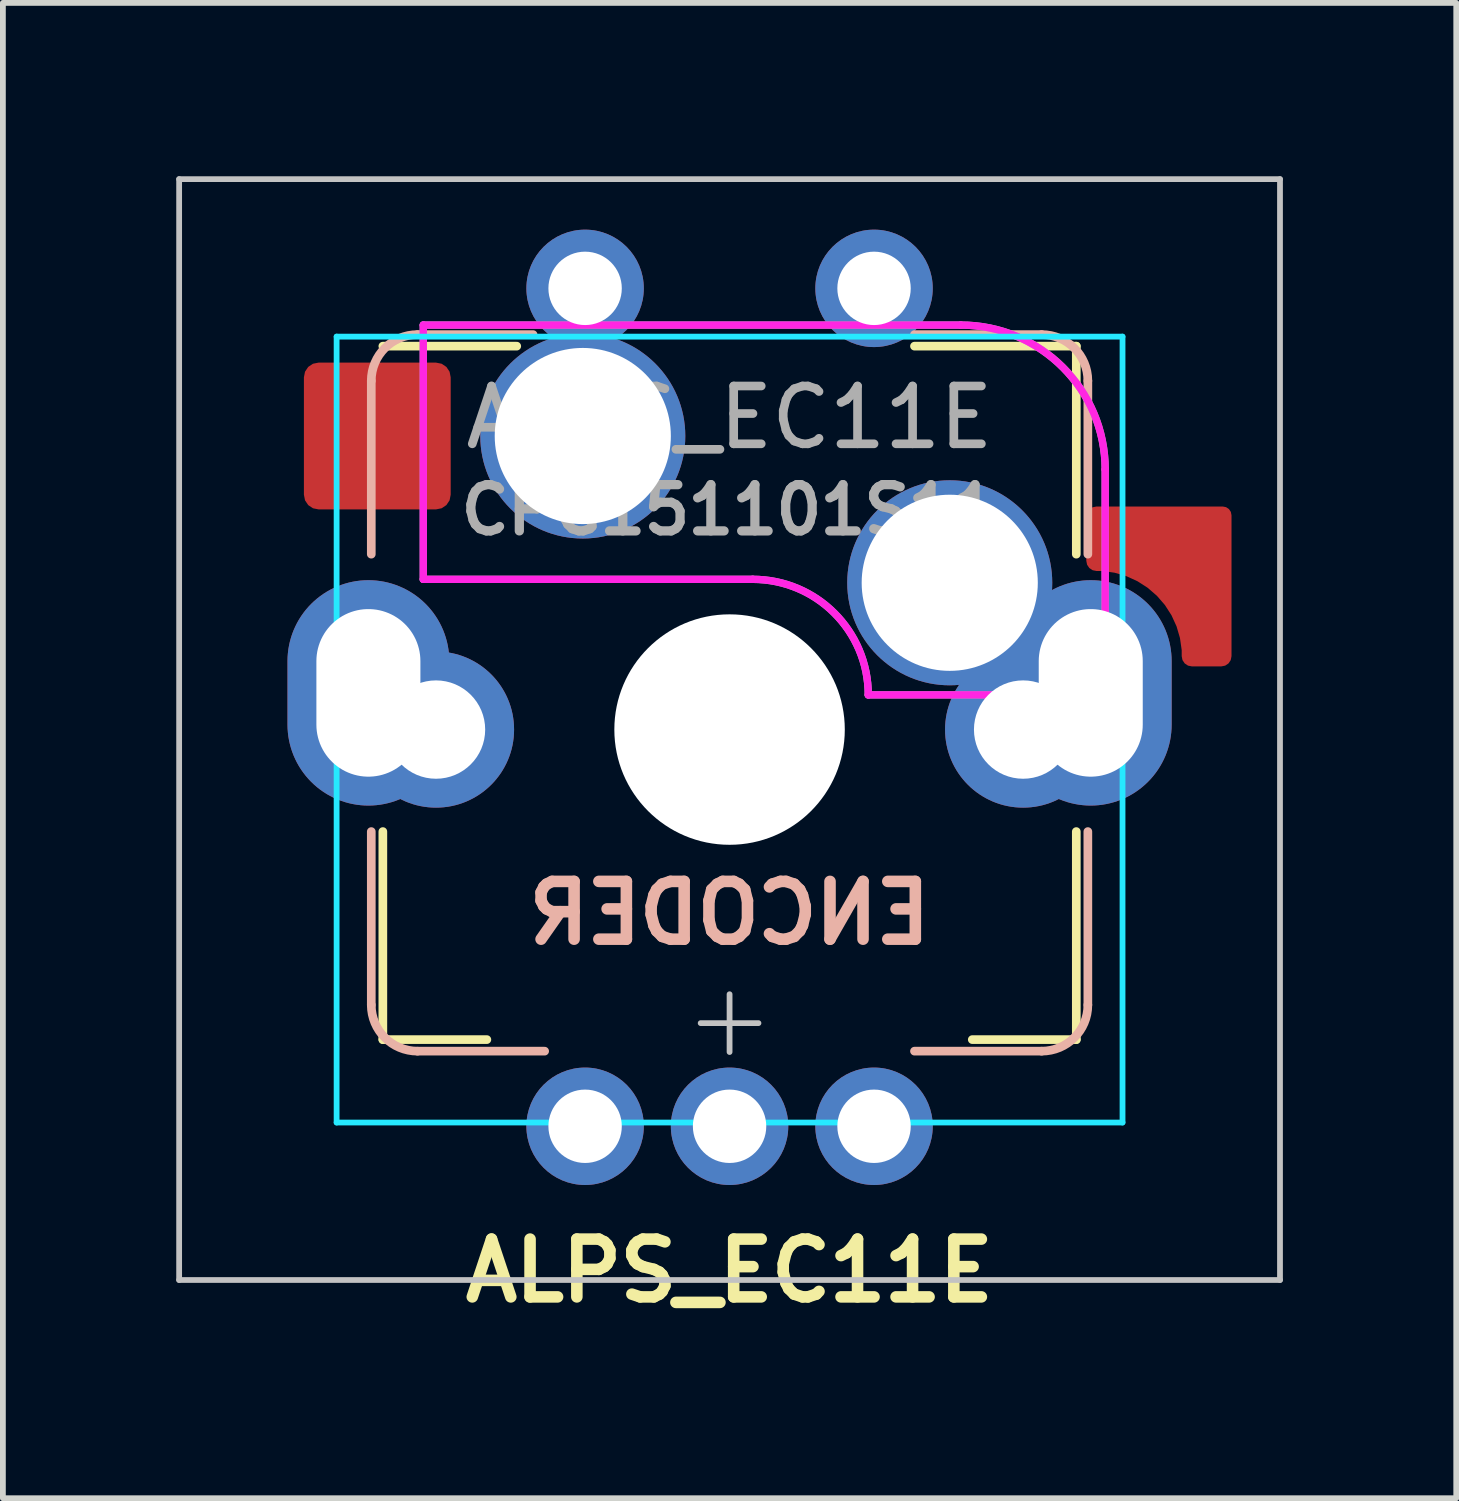
<source format=kicad_pcb>
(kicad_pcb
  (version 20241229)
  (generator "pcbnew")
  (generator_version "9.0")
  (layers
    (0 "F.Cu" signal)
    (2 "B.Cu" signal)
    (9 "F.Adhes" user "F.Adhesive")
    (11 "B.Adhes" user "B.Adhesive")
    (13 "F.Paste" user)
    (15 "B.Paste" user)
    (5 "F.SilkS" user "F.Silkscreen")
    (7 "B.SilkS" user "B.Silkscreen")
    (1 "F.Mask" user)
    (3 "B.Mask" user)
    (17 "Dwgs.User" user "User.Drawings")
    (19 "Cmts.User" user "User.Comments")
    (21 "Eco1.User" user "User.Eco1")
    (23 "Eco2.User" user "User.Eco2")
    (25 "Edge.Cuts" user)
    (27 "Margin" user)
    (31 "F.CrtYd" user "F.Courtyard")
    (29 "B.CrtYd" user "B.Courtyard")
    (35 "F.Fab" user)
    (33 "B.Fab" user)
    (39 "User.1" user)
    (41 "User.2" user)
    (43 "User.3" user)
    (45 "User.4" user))
  (footprint "ALPS_EC11E"
    (layer "F.Cu")
    (at 9.575 8.94)
    (property "Reference" "ALPS_EC11E" (at 0 10 0) (layer "F.SilkS") (effects (font (size 1 1) (thickness 0.2))))
    (fp_line (start -6 -6) (end -3.683 -6) (stroke (width 0.15) (type solid)) (layer "F.SilkS"))
    (fp_line (start -6 6) (end -6 2.4) (stroke (width 0.15) (type solid)) (layer "F.SilkS"))
    (fp_line (start -4.2 6) (end -6 6) (stroke (width 0.15) (type solid)) (layer "F.SilkS"))
    (fp_line (start 3.2 -6) (end 6 -6) (stroke (width 0.15) (type solid)) (layer "F.SilkS"))
    (fp_line (start 6 -6) (end 6 -2.4) (stroke (width 0.15) (type solid)) (layer "F.SilkS"))
    (fp_line (start 6 6) (end 4.2 6) (stroke (width 0.15) (type solid)) (layer "F.SilkS"))
    (fp_line (start 6 6) (end 6 2.4) (stroke (width 0.15) (type solid)) (layer "F.SilkS"))
    (fp_line (start -6.2 -2.4) (end -6.2 -5.4) (stroke (width 0.15) (type solid)) (layer "B.SilkS"))
    (fp_line (start -6.2 5.4) (end -6.2 2.4) (stroke (width 0.15) (type solid)) (layer "B.SilkS"))
    (fp_line (start -5.4 -6.2) (end -3.4 -6.2) (stroke (width 0.15) (type solid)) (layer "B.SilkS"))
    (fp_line (start -5.4 6.2) (end -3.2 6.2) (stroke (width 0.15) (type solid)) (layer "B.SilkS"))
    (fp_line (start 5.4 -6.2) (end 3.2 -6.2) (stroke (width 0.15) (type solid)) (layer "B.SilkS"))
    (fp_line (start 5.4 6.2) (end 3.2 6.2) (stroke (width 0.15) (type solid)) (layer "B.SilkS"))
    (fp_line (start 6.2 -2.4) (end 6.2 -5.4) (stroke (width 0.15) (type solid)) (layer "B.SilkS"))
    (fp_line (start 6.2 5.4) (end 6.2 2.4) (stroke (width 0.15) (type solid)) (layer "B.SilkS"))
    (fp_arc (start -6.2 -5.4) (mid -5.965685 -5.965685) (end -5.4 -6.2) (stroke (width 0.15) (type solid)) (layer "B.SilkS"))
    (fp_arc (start -5.4 6.2) (mid -5.965685 5.965685) (end -6.2 5.4) (stroke (width 0.15) (type solid)) (layer "B.SilkS"))
    (fp_arc (start 5.4 -6.2) (mid 5.965685 -5.965685) (end 6.2 -5.4) (stroke (width 0.15) (type solid)) (layer "B.SilkS"))
    (fp_arc (start 6.2 5.4) (mid 5.965685 5.965685) (end 5.4 6.2) (stroke (width 0.15) (type solid)) (layer "B.SilkS"))
    (fp_line (start -9.525 -8.89) (end -9.525 10.16) (stroke (width 0.1) (type solid)) (layer "Dwgs.User"))
    (fp_line (start -9.525 -8.89) (end 9.525 -8.89) (stroke (width 0.1) (type solid)) (layer "Dwgs.User"))
    (fp_line (start -9.525 10.16) (end 9.525 10.16) (stroke (width 0.1) (type solid)) (layer "Dwgs.User"))
    (fp_line (start -0.5 5.715) (end 0.5 5.715) (stroke (width 0.1) (type solid)) (layer "Dwgs.User"))
    (fp_line (start 0 6.215) (end 0 5.215) (stroke (width 0.1) (type solid)) (layer "Dwgs.User"))
    (fp_line (start 9.525 10.16) (end 9.525 -8.89) (stroke (width 0.1) (type solid)) (layer "Dwgs.User"))
    (fp_line (start -7 7.135) (end -7 -5.865) (stroke (width 0.1) (type solid)) (layer "Eco1.User"))
    (fp_line (start -6.5 -6.365) (end 6.5 -6.365) (stroke (width 0.1) (type solid)) (layer "Eco1.User"))
    (fp_line (start 6.5 7.635) (end -6.5 7.635) (stroke (width 0.1) (type solid)) (layer "Eco1.User"))
    (fp_line (start 7 -5.865) (end 7 7.135) (stroke (width 0.1) (type solid)) (layer "Eco1.User"))
    (fp_arc (start -7 -5.865) (mid -6.853553 -6.218553) (end -6.5 -6.365) (stroke (width 0.1) (type solid)) (layer "Eco1.User"))
    (fp_arc (start -6.5 7.635) (mid -6.853553 7.488553) (end -7 7.135) (stroke (width 0.1) (type solid)) (layer "Eco1.User"))
    (fp_arc (start 6.5 -6.365) (mid 6.853553 -6.218553) (end 7 -5.865) (stroke (width 0.1) (type solid)) (layer "Eco1.User"))
    (fp_arc (start 7 7.135) (mid 6.853553 7.488553) (end 6.5 7.635) (stroke (width 0.1) (type solid)) (layer "Eco1.User"))
    (fp_line (start -6.8 -6.165) (end -6.8 7.435) (stroke (width 0.1) (type solid)) (layer "B.CrtYd"))
    (fp_line (start -6.8 -6.165) (end 6.8 -6.165) (stroke (width 0.1) (type solid)) (layer "B.CrtYd"))
    (fp_line (start 6.8 7.435) (end -6.8 7.435) (stroke (width 0.1) (type solid)) (layer "B.CrtYd"))
    (fp_line (start 6.8 7.435) (end 6.8 -6.165) (stroke (width 0.1) (type solid)) (layer "B.CrtYd"))
    (fp_line (start -5.3 -6.365) (end -5.3 -1.965) (stroke (width 0.127) (type solid)) (layer "F.CrtYd"))
    (fp_line (start -5.3 -6.365) (end 4 -6.365) (stroke (width 0.127) (type solid)) (layer "F.CrtYd"))
    (fp_line (start 0.4 -1.965) (end -5.3 -1.965) (stroke (width 0.127) (type solid)) (layer "F.CrtYd"))
    (fp_line (start 6.5 -3.865) (end 6.5 0.035) (stroke (width 0.127) (type solid)) (layer "F.CrtYd"))
    (fp_line (start 6.5 0.035) (end 2.4 0.035) (stroke (width 0.127) (type solid)) (layer "F.CrtYd"))
    (fp_arc (start 0.4 -1.965) (mid 1.814214 -1.379214) (end 2.4 0.035) (stroke (width 0.127) (type solid)) (layer "F.CrtYd"))
    (fp_arc (start 4 -6.365) (mid 5.767767 -5.632767) (end 6.5 -3.865) (stroke (width 0.127) (type solid)) (layer "F.CrtYd"))
    (fp_line (start -5.3 -6.365) (end -5.3 -1.965) (stroke (width 0.127) (type solid)) (layer "F.Fab"))
    (fp_line (start -5.3 -6.365) (end 4 -6.365) (stroke (width 0.127) (type solid)) (layer "F.Fab"))
    (fp_line (start -0.5 0.635) (end 0.5 0.635) (stroke (width 0.1) (type solid)) (layer "F.Fab"))
    (fp_line (start 0 1.135) (end 0 0.135) (stroke (width 0.1) (type solid)) (layer "F.Fab"))
    (fp_line (start 0.4 -1.965) (end -5.3 -1.965) (stroke (width 0.127) (type solid)) (layer "F.Fab"))
    (fp_line (start 6.5 -3.865) (end 6.5 0.035) (stroke (width 0.127) (type solid)) (layer "F.Fab"))
    (fp_line (start 6.5 0.035) (end 2.4 0.035) (stroke (width 0.127) (type solid)) (layer "F.Fab"))
    (fp_arc (start 0.400001 -1.965001) (mid 1.814214 -1.379214) (end 2.4 0.035) (stroke (width 0.127) (type solid)) (layer "F.Fab"))
    (fp_arc (start 4.000001 -6.365001) (mid 5.767768 -5.632767) (end 6.5 -3.865) (stroke (width 0.127) (type solid)) (layer "F.Fab"))
    (fp_text user "ENCODER" (at 0 3.81 0) (layer "B.SilkS") (effects (font (size 1 1) (thickness 0.2)) (justify mirror)))
    (fp_text user "${REFERENCE}" (at 0 -4.765 0) (layer "F.Fab") (effects (font (size 1 1) (thickness 0.15))))
    (fp_text user "CPG151101S11" (at 0 -3.165 0) (unlocked yes) (layer "F.Fab") (effects (font (size 0.8 0.8) (thickness 0.16))))
    (pad "" connect oval (at -6.25 0) (size 1.651 2.769) (layers "B.Mask"))
    (pad "" smd circle (at -2.5 -7) (size 1.016 1.016) (layers "B.Mask"))
    (pad "" smd circle (at -2.5 7.5) (size 1.016 1.016) (layers "B.Mask"))
    (pad "" np_thru_hole circle (at 0 0.635) (size 3.988 3.988) (drill 3.988) (layers "*.Cu" "*.Mask"))
    (pad "" smd circle (at 0 7.5) (size 1.016 1.016) (layers "B.Mask"))
    (pad "" smd circle (at 2.5 -7) (size 1.016 1.016) (layers "B.Mask"))
    (pad "" smd circle (at 2.5 7.5) (size 1.016 1.016) (layers "B.Mask"))
    (pad "" connect oval (at 6.25 0) (size 1.651 2.769) (layers "B.Mask"))
    (pad "A" thru_hole circle (at -2.5 7.5) (size 2.032 2.032) (drill 1.27) (layers "*.Cu" "F.Mask"))
    (pad "B" thru_hole circle (at 2.5 7.5) (size 2.032 2.032) (drill 1.27) (layers "*.Cu" "F.Mask"))
    (pad "C" thru_hole circle (at 0 7.5) (size 2.032 2.032) (drill 1.27) (layers "*.Cu" "F.Mask"))
    (pad "S" thru_hole oval (at -6.25 0) (size 2.8 3.9) (drill oval 1.8 2.9) (layers "*.Cu" "F.Mask"))
    (pad "S" thru_hole circle (at -5.08 0.635) (size 2.702 2.702) (drill 1.702) (layers "*.Cu" "*.Mask"))
    (pad "S" thru_hole circle (at 3.81 -1.905 90) (size 3.548 3.548) (drill 3.048) (layers "*.Cu" "*.Mask"))
    (pad "S" thru_hole circle (at 5.08 0.635) (size 2.702 2.702) (drill 1.702) (layers "*.Cu" "*.Mask"))
    (pad "S" thru_hole oval (at 6.25 0) (size 2.8 3.9) (drill oval 1.8 2.9) (layers "*.Cu" "F.Mask"))
    (pad "S1" smd roundrect (at -6.096 -4.445) (size 2.54 2.54) (layers "F.Cu" "F.Mask") (roundrect_rratio 0.1))
    (pad "S1" thru_hole circle (at -2.54 -4.445) (size 3.548 3.548) (drill 3.048) (layers "*.Cu" "*.Mask"))
    (pad "S1" thru_hole circle (at -2.5 -7) (size 2.032 2.032) (drill 1.27) (layers "*.Cu" "F.Mask"))
    (pad "S2" thru_hole circle (at 2.5 -7) (size 2.032 2.032) (drill 1.27) (layers "*.Cu" "F.Mask"))
    (pad "S2" smd custom (at 8.128 -2.667) (size 1.016 1.016) (layers "F.Cu" "F.Mask") (options (anchor circle)) (primitives (gr_poly (pts (arc (start 0.508 2.032) (mid 0.470803 2.121803) (end 0.381 2.159)) (arc (start -0.127 2.159) (mid -0.216803 2.121803) (end -0.254 2.032)) (arc (start -0.254 2.032) (mid -0.700369 0.954369) (end -1.778 0.508)) (arc (start -1.778 0.508) (mid -1.867803 0.470803) (end -1.905 0.381)) (arc (start -1.905 -0.381) (mid -1.867803 -0.470803) (end -1.778 -0.508)) (arc (start 0.4064 -0.508) (mid 0.478242 -0.478242) (end 0.508 -0.4064))) (width 0) (fill yes)) (gr_arc (start -1.778 0.508) (mid -0.70037 0.954368) (end -0.254 2.031998) (width 0.1)) (gr_arc (start 0.508 2.032) (mid 0.470803 2.121803) (end 0.381 2.159) (width 0.1)) (gr_arc (start 0.4064 -0.508) (mid 0.478242 -0.478242) (end 0.508 -0.4064) (width 0.1)) (gr_arc (start -0.127 2.159) (mid -0.216802 2.121804) (end -0.254 2.032002) (width 0.1)) (gr_arc (start -1.778 0.508) (mid -1.867802 0.470804) (end -1.905 0.381002) (width 0.1)) (gr_arc (start -1.905 -0.381) (mid -1.868038 -0.470566) (end -1.778666 -0.507997) (width 0.1)) (gr_poly (pts (xy -0.508 -0.406) (xy -0.5 -0.445) (xy -0.478 -0.478) (xy -0.445 -0.5) (xy -0.406 -0.508) (xy 0.406 -0.508) (xy 0.445 -0.5) (xy 0.478 -0.478) (xy 0.5 -0.445) (xy 0.508 -0.406) (xy 0.508 0.406) (xy 0.5 0.445) (xy 0.478 0.478) (xy 0.445 0.5) (xy 0.406 0.508) (xy -0.406 0.508) (xy -0.445 0.5) (xy -0.478 0.478) (xy -0.5 0.445) (xy -0.508 0.406)) (width 0) (fill yes)) (gr_line (start 0.508 2.032) (end 0.508 -0.406) (width 0.1)) (gr_line (start 0.406 -0.508) (end -1.778 -0.508) (width 0.1)) (gr_line (start -0.127 2.159) (end 0.381 2.159) (width 0.1)) (gr_line (start -1.905 -0.381) (end -1.905 0.381) (width 0.1)))))
  (gr_rect
    (start -3 -3)
    (end 22.15 22.876)
    (stroke (width 0.1) (type default))
    (fill no)
    (layer "Edge.Cuts")))
</source>
